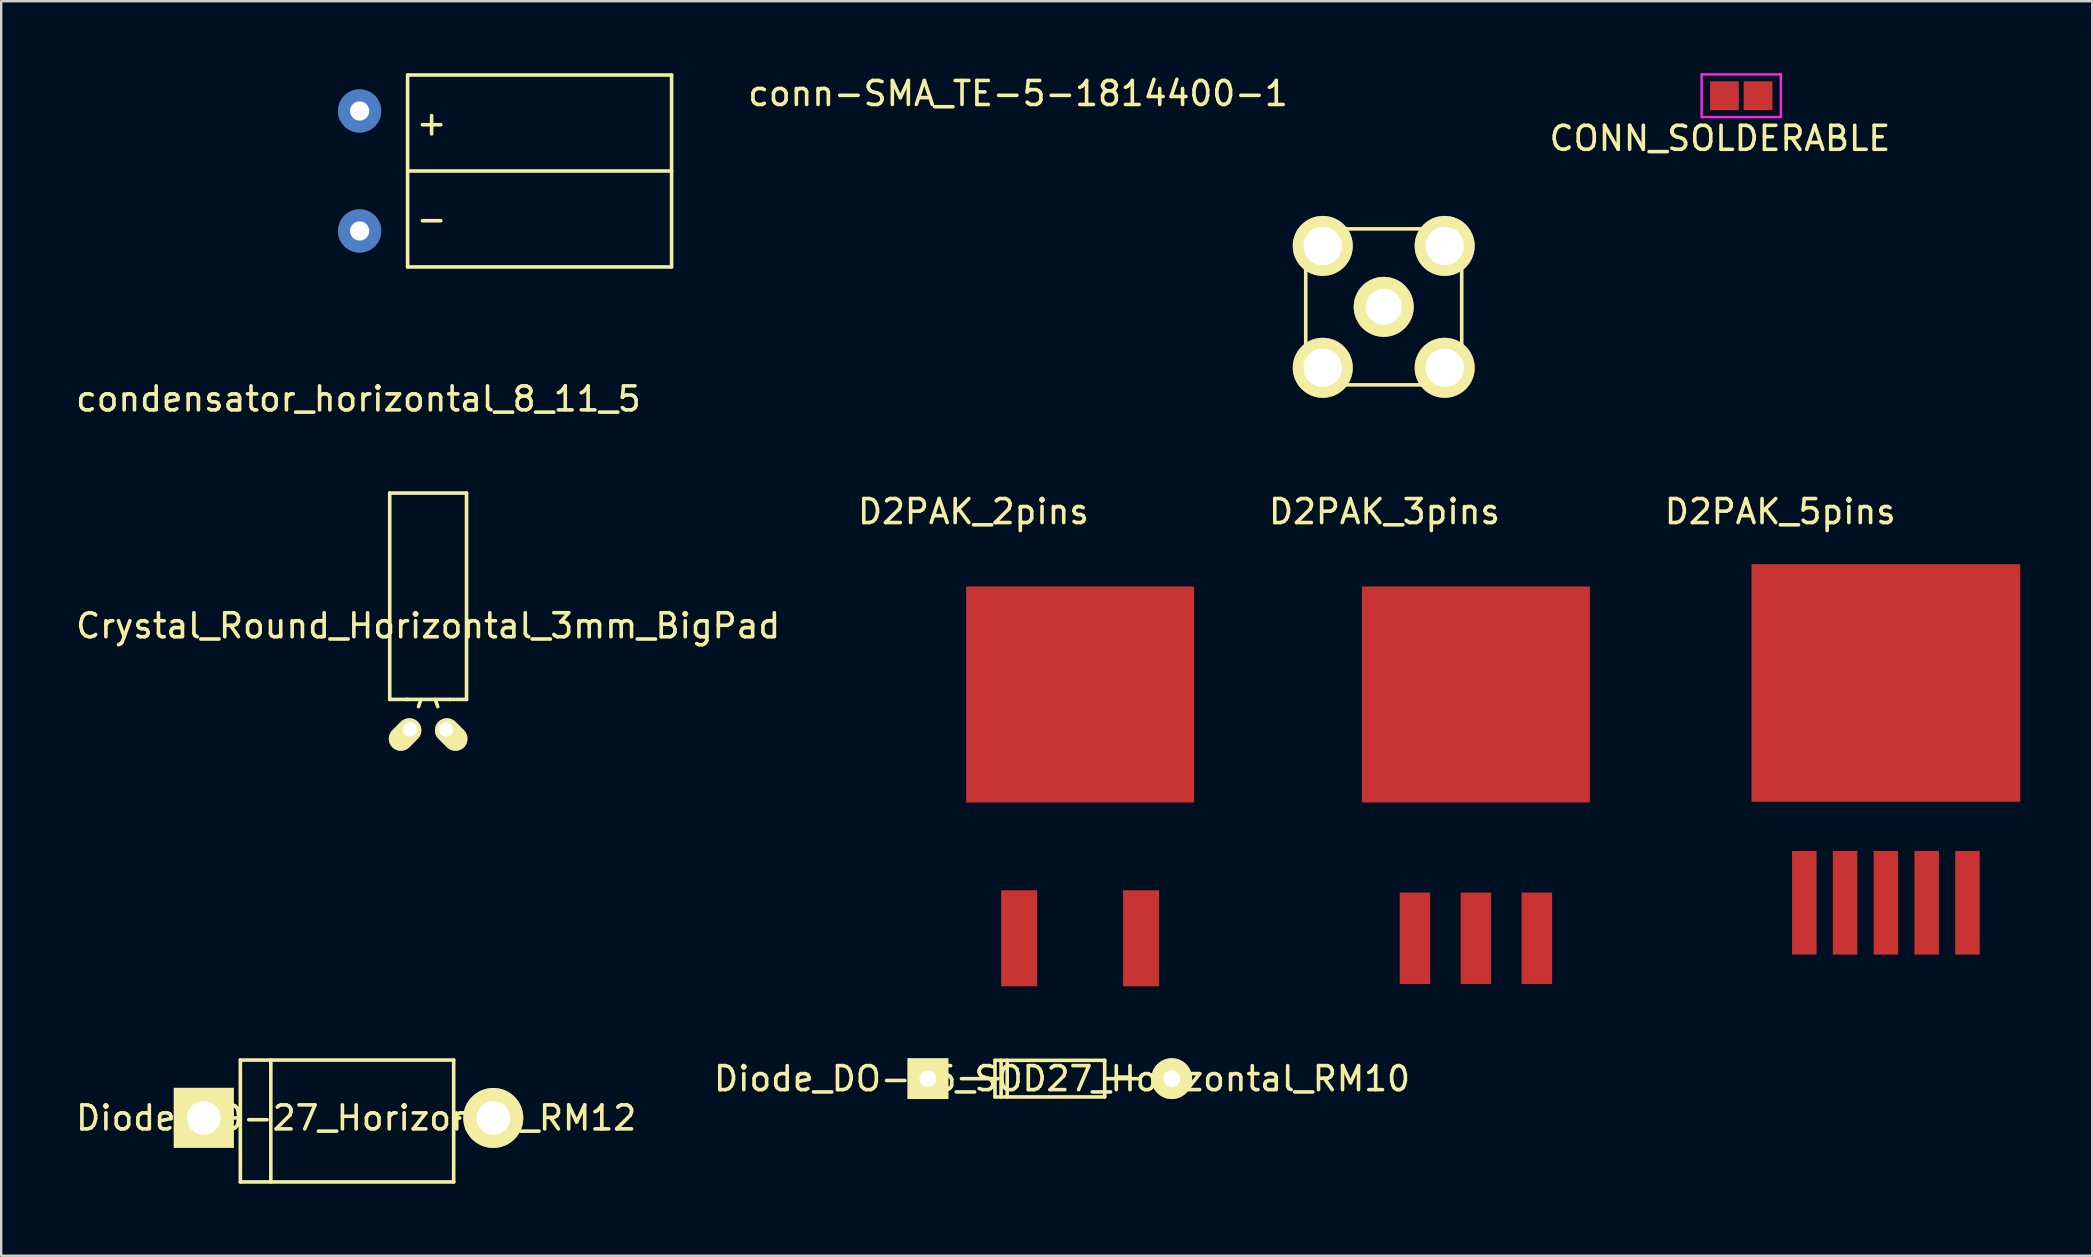
<source format=kicad_pcb>
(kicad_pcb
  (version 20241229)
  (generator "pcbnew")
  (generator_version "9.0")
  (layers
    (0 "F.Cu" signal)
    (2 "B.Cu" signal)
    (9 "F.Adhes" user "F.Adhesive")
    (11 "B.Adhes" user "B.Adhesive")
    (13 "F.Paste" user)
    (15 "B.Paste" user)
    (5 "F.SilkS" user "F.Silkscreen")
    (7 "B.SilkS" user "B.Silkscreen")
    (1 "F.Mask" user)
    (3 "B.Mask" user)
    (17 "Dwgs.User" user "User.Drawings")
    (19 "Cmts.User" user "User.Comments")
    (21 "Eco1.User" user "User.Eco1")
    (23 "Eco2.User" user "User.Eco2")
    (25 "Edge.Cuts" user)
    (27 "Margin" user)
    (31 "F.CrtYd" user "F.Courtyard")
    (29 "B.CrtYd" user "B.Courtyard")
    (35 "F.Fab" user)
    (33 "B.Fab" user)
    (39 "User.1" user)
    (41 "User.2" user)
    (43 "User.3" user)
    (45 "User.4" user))
  (footprint "D2PAK_5pins"
    (layer "F.Cu")
    (at 75.542 29.471)
    (property "Reference" "D2PAK_5pins" (at -4.4 -11.2 0) (layer "F.SilkS") (effects (font (size 1 1) (thickness 0.15))))
    (attr through_hole)
    (pad "1" smd rect (at -3.4 5.1) (size 1.02 4.32) (layers "F.Cu" "F.Mask" "F.Paste"))
    (pad "2" smd rect (at -1.7 5.1) (size 1.02 4.32) (layers "F.Cu" "F.Mask" "F.Paste"))
    (pad "3" smd rect (at 0 -4.06) (size 11.2 9.9) (layers "F.Cu" "F.Mask" "F.Paste"))
    (pad "3" smd rect (at 0 5.1) (size 1.02 4.32) (layers "F.Cu" "F.Mask" "F.Paste"))
    (pad "4" smd rect (at 1.7 5.1) (size 1.02 4.32) (layers "F.Cu" "F.Mask" "F.Paste"))
    (pad "5" smd rect (at 3.4 5.1) (size 1.02 4.32) (layers "F.Cu" "F.Mask" "F.Paste")))
  (footprint "D2PAK_2pins"
    (layer "F.Cu")
    (at 41.963 30.971)
    (property "Reference" "D2PAK_2pins" (at -4.445 -12.7 0) (layer "F.SilkS") (effects (font (size 1 1) (thickness 0.15))))
    (attr through_hole)
    (pad "1" smd rect (at -2.54 5.08) (size 1.5 4) (layers "F.Cu" "F.Mask" "F.Paste"))
    (pad "2" smd rect (at 2.54 5.08) (size 1.5 4) (layers "F.Cu" "F.Mask" "F.Paste"))
    (pad "3" smd rect (at 0 -5.08) (size 9.5 9) (layers "F.Cu" "F.Mask" "F.Paste")))
  (footprint "CONN_SOLDERABLE"
    (layer "F.Cu")
    (at 69.514 0.939)
    (property "Reference" "CONN_SOLDERABLE" (at -0.889 1.778 180) (layer "F.SilkS") (effects (font (size 1 1) (thickness 0.15))))
    (attr through_hole)
    (fp_line (start -1.651 -0.889) (end 1.651 -0.889) (stroke (width 0.1) (type solid)) (layer "F.CrtYd"))
    (fp_line (start -1.651 0.889) (end -1.651 -0.889) (stroke (width 0.1) (type solid)) (layer "F.CrtYd"))
    (fp_line (start 1.651 -0.889) (end 1.651 0.889) (stroke (width 0.1) (type solid)) (layer "F.CrtYd"))
    (fp_line (start 1.651 0.889) (end -1.651 0.889) (stroke (width 0.1) (type solid)) (layer "F.CrtYd"))
    (pad "1" smd rect (at -0.7 0) (size 1.2 1.2) (layers "F.Cu" "F.Mask" "F.Paste"))
    (pad "2" smd rect (at 0.7 0) (size 1.2 1.2) (layers "F.Cu" "F.Mask" "F.Paste")))
  (footprint "Crystal_Round_Horizontal_3mm_BigPad"
    (layer "F.Cu")
    (at 14.792 27.348)
    (property "Reference" "Crystal_Round_Horizontal_3mm_BigPad" (at 0 -4.318 180) (layer "F.SilkS") (effects (font (size 1 1) (thickness 0.15))))
    (attr through_hole)
    (fp_line (start -1.6 -9.85) (end -1.6 -1.25) (stroke (width 0.15) (type solid)) (layer "F.SilkS"))
    (fp_line (start -0.851 -1.25) (end -1.6 -1.25) (stroke (width 0.15) (type solid)) (layer "F.SilkS"))
    (fp_line (start -0.3 -1.25) (end -0.399 -0.95) (stroke (width 0.15) (type solid)) (layer "F.SilkS"))
    (fp_line (start 0.3 -1.25) (end 0.399 -0.95) (stroke (width 0.15) (type solid)) (layer "F.SilkS"))
    (fp_line (start 0.899 -1.25) (end -0.899 -1.25) (stroke (width 0.15) (type solid)) (layer "F.SilkS"))
    (fp_line (start 0.899 -1.25) (end 1.6 -1.25) (stroke (width 0.15) (type solid)) (layer "F.SilkS"))
    (fp_line (start 1.6 -9.85) (end -1.6 -9.85) (stroke (width 0.15) (type solid)) (layer "F.SilkS"))
    (fp_line (start 1.6 -1.25) (end 1.6 -9.85) (stroke (width 0.15) (type solid)) (layer "F.SilkS"))
    (pad "1" thru_hole oval (at -0.749 0 45) (size 1.501 1.001) (drill 0.599 (offset -0.3 0)) (layers "*.Cu" "*.Mask" "F.SilkS"))
    (pad "2" thru_hole oval (at 0.749 0 315) (size 1.501 1.001) (drill 0.599 (offset 0.3 0)) (layers "*.Cu" "*.Mask" "F.SilkS")))
  (footprint "D2PAK_3pins"
    (layer "F.Cu")
    (at 58.457 30.971)
    (property "Reference" "D2PAK_3pins" (at -3.81 -12.7 0) (layer "F.SilkS") (effects (font (size 1 1) (thickness 0.15))))
    (attr through_hole)
    (pad "1" smd rect (at -2.54 5.08) (size 1.27 3.81) (layers "F.Cu" "F.Mask" "F.Paste"))
    (pad "2" smd rect (at 0 -5.08) (size 9.5 9) (layers "F.Cu" "F.Mask" "F.Paste"))
    (pad "2" smd rect (at 0 5.08) (size 1.27 3.81) (layers "F.Cu" "F.Mask" "F.Paste"))
    (pad "3" smd rect (at 2.54 5.08) (size 1.27 3.81) (layers "F.Cu" "F.Mask" "F.Paste")))
  (footprint "conn-SMA_TE-5-1814400-1"
    (layer "F.Cu")
    (at 54.615 9.738)
    (property "Reference" "conn-SMA_TE-5-1814400-1" (at -15.24 -8.89 0) (layer "F.SilkS") (effects (font (size 1 1) (thickness 0.15))))
    (attr through_hole)
    (fp_line (start -3.25 -3.25) (end 3.25 -3.25) (stroke (width 0.15) (type solid)) (layer "F.SilkS"))
    (fp_line (start -3.25 3.25) (end -3.25 -3.25) (stroke (width 0.15) (type solid)) (layer "F.SilkS"))
    (fp_line (start 3.25 -3.25) (end 3.25 3.25) (stroke (width 0.15) (type solid)) (layer "F.SilkS"))
    (fp_line (start 3.25 3.25) (end -3.25 3.25) (stroke (width 0.15) (type solid)) (layer "F.SilkS"))
    (pad "1" thru_hole circle (at 0 0) (size 2.5 2.5) (drill 1.5) (layers "*.Cu" "*.Mask" "F.SilkS"))
    (pad "2" thru_hole circle (at -2.54 -2.54) (size 2.5 2.5) (drill 1.6) (layers "*.Cu" "*.Mask" "F.SilkS"))
    (pad "3" thru_hole circle (at 2.54 -2.54) (size 2.5 2.5) (drill 1.6) (layers "*.Cu" "*.Mask" "F.SilkS"))
    (pad "4" thru_hole circle (at 2.54 2.54) (size 2.5 2.5) (drill 1.6) (layers "*.Cu" "*.Mask" "F.SilkS"))
    (pad "5" thru_hole circle (at -2.54 2.54) (size 2.5 2.5) (drill 1.6) (layers "*.Cu" "*.Mask" "F.SilkS")))
  (footprint "condensator_horizontal_8_11_5"
    (layer "F.Cu")
    (at 11.937 4.075)
    (property "Reference" "condensator_horizontal_8_11_5" (at -0.05 9.5 0) (layer "F.SilkS") (effects (font (size 1 1) (thickness 0.15))))
    (attr through_hole)
    (fp_line (start 2 -4) (end 2 4) (stroke (width 0.15) (type solid)) (layer "F.SilkS"))
    (fp_line (start 2 0) (end 13 0) (stroke (width 0.15) (type solid)) (layer "F.SilkS"))
    (fp_line (start 2 4) (end 13 4) (stroke (width 0.15) (type solid)) (layer "F.SilkS"))
    (fp_line (start 13 -4) (end 2 -4) (stroke (width 0.15) (type solid)) (layer "F.SilkS"))
    (fp_line (start 13 4) (end 13 -4) (stroke (width 0.15) (type solid)) (layer "F.SilkS"))
    (fp_text user "-" (at 3 2 0) (layer "F.SilkS") (effects (font (size 1 1) (thickness 0.15))))
    (fp_text user "+" (at 3 -2 0) (layer "F.SilkS") (effects (font (size 1 1) (thickness 0.15))))
    (pad "1" thru_hole circle (at 0 -2.5) (size 1.8 1.8) (drill 0.8) (layers "*.Cu" "*.Mask"))
    (pad "2" thru_hole circle (at 0 2.5) (size 1.8 1.8) (drill 0.8) (layers "*.Cu" "*.Mask")))
  (footprint "Diode_DO-35_SOD27_Horizontal_RM10"
    (layer "F.Cu")
    (at 35.62 41.904)
    (property "Reference" "Diode_DO-35_SOD27_Horizontal_RM10" (at 5.588 0 0) (layer "F.SilkS") (effects (font (size 1 1) (thickness 0.15))))
    (attr through_hole)
    (fp_line (start 2.795 -0.765) (end 2.795 -0.003) (stroke (width 0.15) (type solid)) (layer "F.SilkS"))
    (fp_line (start 2.795 -0.003) (end 2.795 0.759) (stroke (width 0.15) (type solid)) (layer "F.SilkS"))
    (fp_line (start 2.795 0.759) (end 7.367 0.759) (stroke (width 0.15) (type solid)) (layer "F.SilkS"))
    (fp_line (start 2.922 -0.003) (end 1.398 -0.003) (stroke (width 0.15) (type solid)) (layer "F.SilkS"))
    (fp_line (start 3.049 -0.765) (end 3.049 0.759) (stroke (width 0.15) (type solid)) (layer "F.SilkS"))
    (fp_line (start 3.303 -0.765) (end 3.303 0.759) (stroke (width 0.15) (type solid)) (layer "F.SilkS"))
    (fp_line (start 7.367 -0.765) (end 2.795 -0.765) (stroke (width 0.15) (type solid)) (layer "F.SilkS"))
    (fp_line (start 7.367 -0.003) (end 8.764 -0.003) (stroke (width 0.15) (type solid)) (layer "F.SilkS"))
    (fp_line (start 7.367 0.759) (end 7.367 -0.765) (stroke (width 0.15) (type solid)) (layer "F.SilkS"))
    (pad "1" thru_hole rect (at 0.001 -0.003 180) (size 1.699 1.699) (drill 0.701) (layers "*.Cu" "*.Mask" "F.SilkS"))
    (pad "2" thru_hole circle (at 10.161 -0.003 180) (size 1.699 1.699) (drill 0.701) (layers "*.Cu" "*.Mask" "F.SilkS")))
  (footprint "Diode_DO-27_Horizontal_RM12"
    (layer "F.Cu")
    (at 5.442 43.539)
    (property "Reference" "Diode_DO-27_Horizontal_RM12" (at 6.35 0 0) (layer "F.SilkS") (effects (font (size 1 1) (thickness 0.15))))
    (attr through_hole)
    (fp_line (start 1.524 -2.413) (end 1.524 2.667) (stroke (width 0.15) (type solid)) (layer "F.SilkS"))
    (fp_line (start 1.524 0) (end 1.27 0) (stroke (width 0.15) (type solid)) (layer "F.SilkS"))
    (fp_line (start 1.524 2.667) (end 10.414 2.667) (stroke (width 0.15) (type solid)) (layer "F.SilkS"))
    (fp_line (start 2.794 -2.413) (end 2.794 2.667) (stroke (width 0.15) (type solid)) (layer "F.SilkS"))
    (fp_line (start 10.414 -2.413) (end 1.524 -2.413) (stroke (width 0.15) (type solid)) (layer "F.SilkS"))
    (fp_line (start 10.414 0) (end 10.668 0) (stroke (width 0.15) (type solid)) (layer "F.SilkS"))
    (fp_line (start 10.414 2.667) (end 10.414 -2.413) (stroke (width 0.15) (type solid)) (layer "F.SilkS"))
    (pad "1" thru_hole rect (at 0.001 -0.003 180) (size 2.5 2.5) (drill 1.4) (layers "*.Cu" "*.Mask" "F.SilkS"))
    (pad "2" thru_hole circle (at 12.065 0 180) (size 2.5 2.5) (drill 1.4) (layers "*.Cu" "*.Mask" "F.SilkS")))
  (gr_rect
    (start -3 -3)
    (end 84.142 49.282)
    (stroke (width 0.1) (type default))
    (fill no)
    (layer "Edge.Cuts")))
</source>
